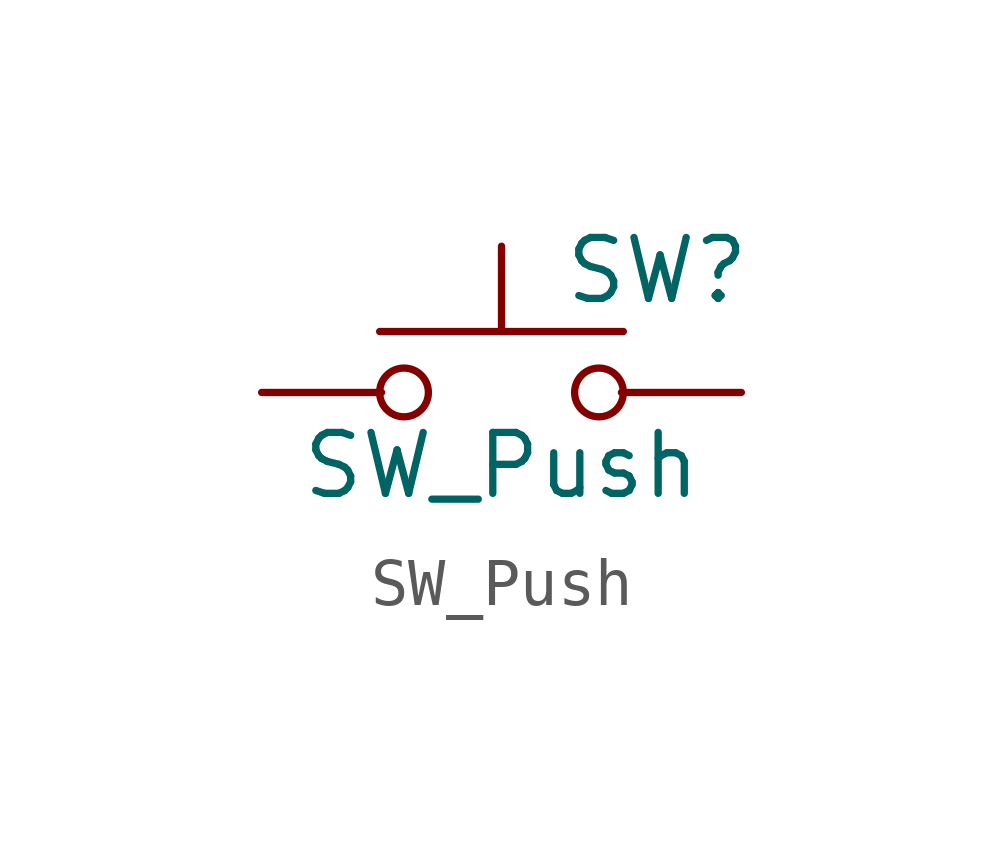
<source format=kicad_sym>
(kicad_symbol_lib
  (version 20211014)
  (generator kicad_symbol_editor)
  (symbol "SW_Push"
    (pin_numbers hide)
    (pin_names
      (offset 1.016) hide)
    (property "Reference" "SW"
      (at 1.27 2.54 0)
      (effects (font (size 1.27 1.27)) (justify left)))
    (property "Value" "SW_Push"
      (at 0 -1.524 0)
      (effects (font (size 1.27 1.27))))
    (symbol "SW_Push_0_1"
      (circle (center -2.032 0) (radius 0.508) (stroke (width 0) (type default) (color 0 0 0 0)) (fill (type none)))
      (polyline (pts (xy 0 1.27) (xy 0 3.048)) (stroke (width 0) (type default) (color 0 0 0 0)) (fill (type none)))
      (polyline (pts (xy 2.54 1.27) (xy -2.54 1.27)) (stroke (width 0) (type default) (color 0 0 0 0)) (fill (type none)))
      (circle (center 2.032 0) (radius 0.508) (stroke (width 0) (type default) (color 0 0 0 0)) (fill (type none)))
      (pin passive line (at -5 0 0) (length 2.5) (name "1" (effects (font (size 1.27 1.27)))) (number "1" (effects (font (size 1.27 1.27)))))
      (pin passive line (at 5 0 180) (length 2.5) (name "2" (effects (font (size 1.27 1.27)))) (number "2" (effects (font (size 1.27 1.27))))))))
</source>
